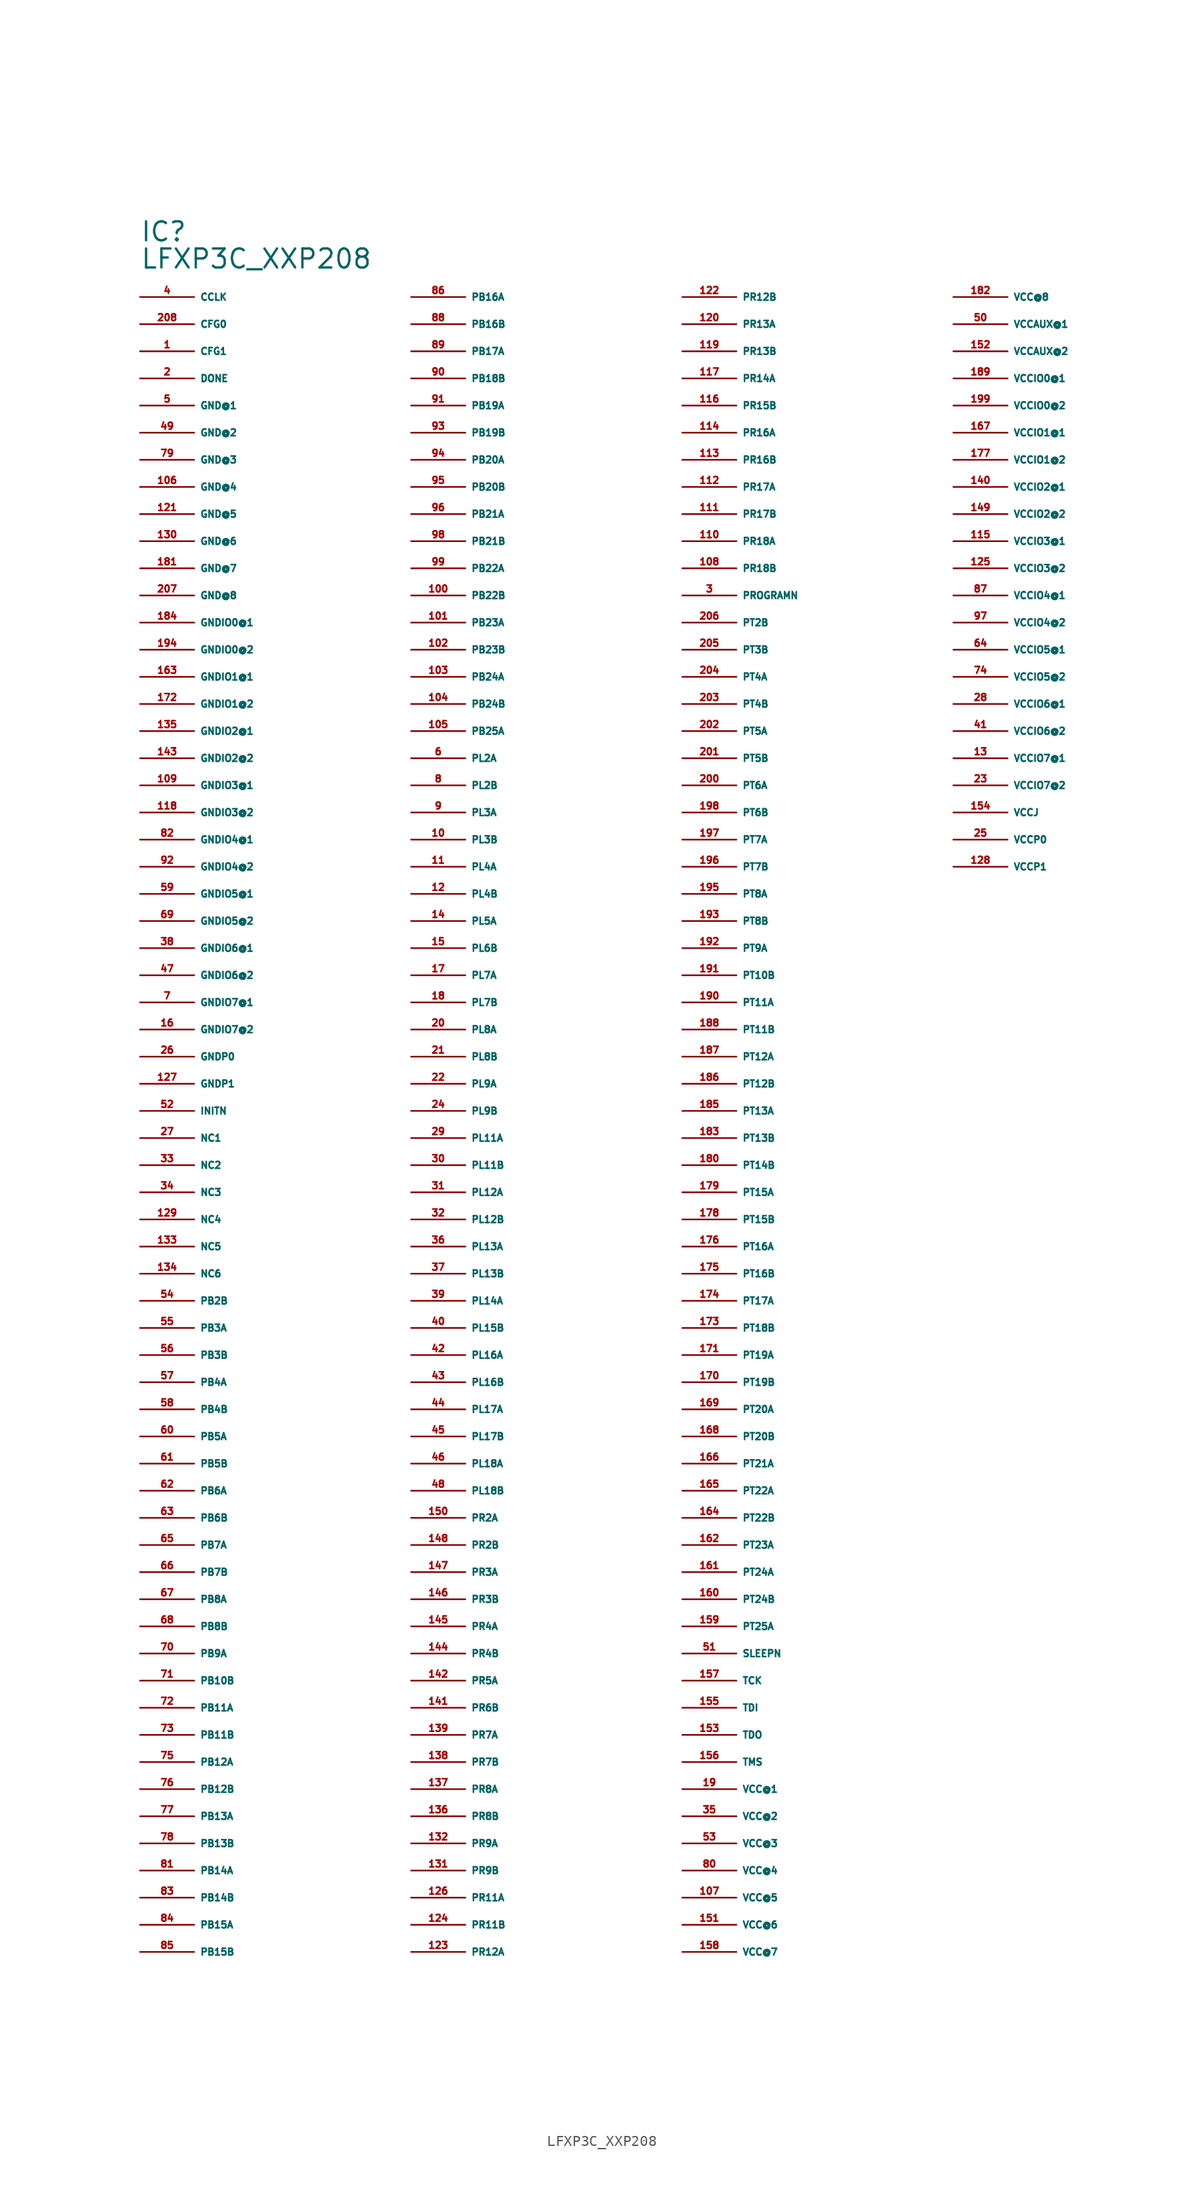
<source format=kicad_sym>
(kicad_symbol_lib
  (version 20220914)
  (generator Eagle2Kicad)
  (symbol "LFXP3C_XXP208"
    (property "Reference" "IC"
      (at -30.48 86.36 0)
      (effects (font (size 1.778 1.778) (thickness 0.22)) (justify left bottom)))
    (property "Value" "LFXP3C_XXP208"
      (at -30.48 83.82 0)
      (effects (font (size 1.778 1.778) (thickness 0.22)) (justify left bottom)))
    (pin bidirectional line
      (at -30.48 81.28 0)
      (length 5.08)
      (name "CCLK" (effects (font (size 0.635 0.635) (thickness 0.08)) (justify left bottom)))
      (number "4" (effects (font (size 0.635 0.635) (thickness 0.08)) (justify left bottom))))
    (pin input line
      (at -30.48 78.74 0)
      (length 5.08)
      (name "CFG0" (effects (font (size 0.635 0.635) (thickness 0.08)) (justify left bottom)))
      (number "208" (effects (font (size 0.635 0.635) (thickness 0.08)) (justify left bottom))))
    (pin input line
      (at -30.48 76.2 0)
      (length 5.08)
      (name "CFG1" (effects (font (size 0.635 0.635) (thickness 0.08)) (justify left bottom)))
      (number "1" (effects (font (size 0.635 0.635) (thickness 0.08)) (justify left bottom))))
    (pin bidirectional line
      (at -30.48 73.66 0)
      (length 5.08)
      (name "DONE" (effects (font (size 0.635 0.635) (thickness 0.08)) (justify left bottom)))
      (number "2" (effects (font (size 0.635 0.635) (thickness 0.08)) (justify left bottom))))
    (pin unspecified line
      (at -30.48 71.12 0)
      (length 5.08)
      (name "GND@1" (effects (font (size 0.635 0.635) (thickness 0.08)) (justify left bottom)))
      (number "5" (effects (font (size 0.635 0.635) (thickness 0.08)) (justify left bottom))))
    (pin unspecified line
      (at -30.48 68.58 0)
      (length 5.08)
      (name "GND@2" (effects (font (size 0.635 0.635) (thickness 0.08)) (justify left bottom)))
      (number "49" (effects (font (size 0.635 0.635) (thickness 0.08)) (justify left bottom))))
    (pin unspecified line
      (at -30.48 66.04 0)
      (length 5.08)
      (name "GND@3" (effects (font (size 0.635 0.635) (thickness 0.08)) (justify left bottom)))
      (number "79" (effects (font (size 0.635 0.635) (thickness 0.08)) (justify left bottom))))
    (pin unspecified line
      (at -30.48 63.5 0)
      (length 5.08)
      (name "GND@4" (effects (font (size 0.635 0.635) (thickness 0.08)) (justify left bottom)))
      (number "106" (effects (font (size 0.635 0.635) (thickness 0.08)) (justify left bottom))))
    (pin unspecified line
      (at -30.48 60.96 0)
      (length 5.08)
      (name "GND@5" (effects (font (size 0.635 0.635) (thickness 0.08)) (justify left bottom)))
      (number "121" (effects (font (size 0.635 0.635) (thickness 0.08)) (justify left bottom))))
    (pin unspecified line
      (at -30.48 58.42 0)
      (length 5.08)
      (name "GND@6" (effects (font (size 0.635 0.635) (thickness 0.08)) (justify left bottom)))
      (number "130" (effects (font (size 0.635 0.635) (thickness 0.08)) (justify left bottom))))
    (pin unspecified line
      (at -30.48 55.88 0)
      (length 5.08)
      (name "GND@7" (effects (font (size 0.635 0.635) (thickness 0.08)) (justify left bottom)))
      (number "181" (effects (font (size 0.635 0.635) (thickness 0.08)) (justify left bottom))))
    (pin unspecified line
      (at -30.48 53.34 0)
      (length 5.08)
      (name "GND@8" (effects (font (size 0.635 0.635) (thickness 0.08)) (justify left bottom)))
      (number "207" (effects (font (size 0.635 0.635) (thickness 0.08)) (justify left bottom))))
    (pin unspecified line
      (at -30.48 50.8 0)
      (length 5.08)
      (name "GNDIO0@1" (effects (font (size 0.635 0.635) (thickness 0.08)) (justify left bottom)))
      (number "184" (effects (font (size 0.635 0.635) (thickness 0.08)) (justify left bottom))))
    (pin unspecified line
      (at -30.48 48.26 0)
      (length 5.08)
      (name "GNDIO0@2" (effects (font (size 0.635 0.635) (thickness 0.08)) (justify left bottom)))
      (number "194" (effects (font (size 0.635 0.635) (thickness 0.08)) (justify left bottom))))
    (pin unspecified line
      (at -30.48 45.72 0)
      (length 5.08)
      (name "GNDIO1@1" (effects (font (size 0.635 0.635) (thickness 0.08)) (justify left bottom)))
      (number "163" (effects (font (size 0.635 0.635) (thickness 0.08)) (justify left bottom))))
    (pin unspecified line
      (at -30.48 43.18 0)
      (length 5.08)
      (name "GNDIO1@2" (effects (font (size 0.635 0.635) (thickness 0.08)) (justify left bottom)))
      (number "172" (effects (font (size 0.635 0.635) (thickness 0.08)) (justify left bottom))))
    (pin unspecified line
      (at -30.48 40.64 0)
      (length 5.08)
      (name "GNDIO2@1" (effects (font (size 0.635 0.635) (thickness 0.08)) (justify left bottom)))
      (number "135" (effects (font (size 0.635 0.635) (thickness 0.08)) (justify left bottom))))
    (pin unspecified line
      (at -30.48 38.1 0)
      (length 5.08)
      (name "GNDIO2@2" (effects (font (size 0.635 0.635) (thickness 0.08)) (justify left bottom)))
      (number "143" (effects (font (size 0.635 0.635) (thickness 0.08)) (justify left bottom))))
    (pin unspecified line
      (at -30.48 35.56 0)
      (length 5.08)
      (name "GNDIO3@1" (effects (font (size 0.635 0.635) (thickness 0.08)) (justify left bottom)))
      (number "109" (effects (font (size 0.635 0.635) (thickness 0.08)) (justify left bottom))))
    (pin unspecified line
      (at -30.48 33.02 0)
      (length 5.08)
      (name "GNDIO3@2" (effects (font (size 0.635 0.635) (thickness 0.08)) (justify left bottom)))
      (number "118" (effects (font (size 0.635 0.635) (thickness 0.08)) (justify left bottom))))
    (pin unspecified line
      (at -30.48 30.48 0)
      (length 5.08)
      (name "GNDIO4@1" (effects (font (size 0.635 0.635) (thickness 0.08)) (justify left bottom)))
      (number "82" (effects (font (size 0.635 0.635) (thickness 0.08)) (justify left bottom))))
    (pin unspecified line
      (at -30.48 27.94 0)
      (length 5.08)
      (name "GNDIO4@2" (effects (font (size 0.635 0.635) (thickness 0.08)) (justify left bottom)))
      (number "92" (effects (font (size 0.635 0.635) (thickness 0.08)) (justify left bottom))))
    (pin unspecified line
      (at -30.48 25.4 0)
      (length 5.08)
      (name "GNDIO5@1" (effects (font (size 0.635 0.635) (thickness 0.08)) (justify left bottom)))
      (number "59" (effects (font (size 0.635 0.635) (thickness 0.08)) (justify left bottom))))
    (pin unspecified line
      (at -30.48 22.86 0)
      (length 5.08)
      (name "GNDIO5@2" (effects (font (size 0.635 0.635) (thickness 0.08)) (justify left bottom)))
      (number "69" (effects (font (size 0.635 0.635) (thickness 0.08)) (justify left bottom))))
    (pin unspecified line
      (at -30.48 20.32 0)
      (length 5.08)
      (name "GNDIO6@1" (effects (font (size 0.635 0.635) (thickness 0.08)) (justify left bottom)))
      (number "38" (effects (font (size 0.635 0.635) (thickness 0.08)) (justify left bottom))))
    (pin unspecified line
      (at -30.48 17.78 0)
      (length 5.08)
      (name "GNDIO6@2" (effects (font (size 0.635 0.635) (thickness 0.08)) (justify left bottom)))
      (number "47" (effects (font (size 0.635 0.635) (thickness 0.08)) (justify left bottom))))
    (pin unspecified line
      (at -30.48 15.24 0)
      (length 5.08)
      (name "GNDIO7@1" (effects (font (size 0.635 0.635) (thickness 0.08)) (justify left bottom)))
      (number "7" (effects (font (size 0.635 0.635) (thickness 0.08)) (justify left bottom))))
    (pin unspecified line
      (at -30.48 12.7 0)
      (length 5.08)
      (name "GNDIO7@2" (effects (font (size 0.635 0.635) (thickness 0.08)) (justify left bottom)))
      (number "16" (effects (font (size 0.635 0.635) (thickness 0.08)) (justify left bottom))))
    (pin unspecified line
      (at -30.48 10.16 0)
      (length 5.08)
      (name "GNDP0" (effects (font (size 0.635 0.635) (thickness 0.08)) (justify left bottom)))
      (number "26" (effects (font (size 0.635 0.635) (thickness 0.08)) (justify left bottom))))
    (pin unspecified line
      (at -30.48 7.62 0)
      (length 5.08)
      (name "GNDP1" (effects (font (size 0.635 0.635) (thickness 0.08)) (justify left bottom)))
      (number "127" (effects (font (size 0.635 0.635) (thickness 0.08)) (justify left bottom))))
    (pin bidirectional line
      (at -30.48 5.08 0)
      (length 5.08)
      (name "INITN" (effects (font (size 0.635 0.635) (thickness 0.08)) (justify left bottom)))
      (number "52" (effects (font (size 0.635 0.635) (thickness 0.08)) (justify left bottom))))
    (pin passive line
      (at -30.48 2.54 0)
      (length 5.08)
      (name "NC1" (effects (font (size 0.635 0.635) (thickness 0.08)) (justify left bottom)))
      (number "27" (effects (font (size 0.635 0.635) (thickness 0.08)) (justify left bottom))))
    (pin passive line
      (at -30.48 0 0)
      (length 5.08)
      (name "NC2" (effects (font (size 0.635 0.635) (thickness 0.08)) (justify left bottom)))
      (number "33" (effects (font (size 0.635 0.635) (thickness 0.08)) (justify left bottom))))
    (pin passive line
      (at -30.48 -2.54 0)
      (length 5.08)
      (name "NC3" (effects (font (size 0.635 0.635) (thickness 0.08)) (justify left bottom)))
      (number "34" (effects (font (size 0.635 0.635) (thickness 0.08)) (justify left bottom))))
    (pin passive line
      (at -30.48 -5.08 0)
      (length 5.08)
      (name "NC4" (effects (font (size 0.635 0.635) (thickness 0.08)) (justify left bottom)))
      (number "129" (effects (font (size 0.635 0.635) (thickness 0.08)) (justify left bottom))))
    (pin passive line
      (at -30.48 -7.62 0)
      (length 5.08)
      (name "NC5" (effects (font (size 0.635 0.635) (thickness 0.08)) (justify left bottom)))
      (number "133" (effects (font (size 0.635 0.635) (thickness 0.08)) (justify left bottom))))
    (pin passive line
      (at -30.48 -10.16 0)
      (length 5.08)
      (name "NC6" (effects (font (size 0.635 0.635) (thickness 0.08)) (justify left bottom)))
      (number "134" (effects (font (size 0.635 0.635) (thickness 0.08)) (justify left bottom))))
    (pin bidirectional line
      (at -30.48 -12.7 0)
      (length 5.08)
      (name "PB2B" (effects (font (size 0.635 0.635) (thickness 0.08)) (justify left bottom)))
      (number "54" (effects (font (size 0.635 0.635) (thickness 0.08)) (justify left bottom))))
    (pin bidirectional line
      (at -30.48 -15.24 0)
      (length 5.08)
      (name "PB3A" (effects (font (size 0.635 0.635) (thickness 0.08)) (justify left bottom)))
      (number "55" (effects (font (size 0.635 0.635) (thickness 0.08)) (justify left bottom))))
    (pin bidirectional line
      (at -30.48 -17.78 0)
      (length 5.08)
      (name "PB3B" (effects (font (size 0.635 0.635) (thickness 0.08)) (justify left bottom)))
      (number "56" (effects (font (size 0.635 0.635) (thickness 0.08)) (justify left bottom))))
    (pin bidirectional line
      (at -30.48 -20.32 0)
      (length 5.08)
      (name "PB4A" (effects (font (size 0.635 0.635) (thickness 0.08)) (justify left bottom)))
      (number "57" (effects (font (size 0.635 0.635) (thickness 0.08)) (justify left bottom))))
    (pin bidirectional line
      (at -30.48 -22.86 0)
      (length 5.08)
      (name "PB4B" (effects (font (size 0.635 0.635) (thickness 0.08)) (justify left bottom)))
      (number "58" (effects (font (size 0.635 0.635) (thickness 0.08)) (justify left bottom))))
    (pin bidirectional line
      (at -30.48 -25.4 0)
      (length 5.08)
      (name "PB5A" (effects (font (size 0.635 0.635) (thickness 0.08)) (justify left bottom)))
      (number "60" (effects (font (size 0.635 0.635) (thickness 0.08)) (justify left bottom))))
    (pin bidirectional line
      (at -30.48 -27.94 0)
      (length 5.08)
      (name "PB5B" (effects (font (size 0.635 0.635) (thickness 0.08)) (justify left bottom)))
      (number "61" (effects (font (size 0.635 0.635) (thickness 0.08)) (justify left bottom))))
    (pin bidirectional line
      (at -30.48 -30.48 0)
      (length 5.08)
      (name "PB6A" (effects (font (size 0.635 0.635) (thickness 0.08)) (justify left bottom)))
      (number "62" (effects (font (size 0.635 0.635) (thickness 0.08)) (justify left bottom))))
    (pin bidirectional line
      (at -30.48 -33.02 0)
      (length 5.08)
      (name "PB6B" (effects (font (size 0.635 0.635) (thickness 0.08)) (justify left bottom)))
      (number "63" (effects (font (size 0.635 0.635) (thickness 0.08)) (justify left bottom))))
    (pin bidirectional line
      (at -30.48 -35.56 0)
      (length 5.08)
      (name "PB7A" (effects (font (size 0.635 0.635) (thickness 0.08)) (justify left bottom)))
      (number "65" (effects (font (size 0.635 0.635) (thickness 0.08)) (justify left bottom))))
    (pin bidirectional line
      (at -30.48 -38.1 0)
      (length 5.08)
      (name "PB7B" (effects (font (size 0.635 0.635) (thickness 0.08)) (justify left bottom)))
      (number "66" (effects (font (size 0.635 0.635) (thickness 0.08)) (justify left bottom))))
    (pin bidirectional line
      (at -30.48 -40.64 0)
      (length 5.08)
      (name "PB8A" (effects (font (size 0.635 0.635) (thickness 0.08)) (justify left bottom)))
      (number "67" (effects (font (size 0.635 0.635) (thickness 0.08)) (justify left bottom))))
    (pin bidirectional line
      (at -30.48 -43.18 0)
      (length 5.08)
      (name "PB8B" (effects (font (size 0.635 0.635) (thickness 0.08)) (justify left bottom)))
      (number "68" (effects (font (size 0.635 0.635) (thickness 0.08)) (justify left bottom))))
    (pin bidirectional line
      (at -30.48 -45.72 0)
      (length 5.08)
      (name "PB9A" (effects (font (size 0.635 0.635) (thickness 0.08)) (justify left bottom)))
      (number "70" (effects (font (size 0.635 0.635) (thickness 0.08)) (justify left bottom))))
    (pin bidirectional line
      (at -30.48 -48.26 0)
      (length 5.08)
      (name "PB10B" (effects (font (size 0.635 0.635) (thickness 0.08)) (justify left bottom)))
      (number "71" (effects (font (size 0.635 0.635) (thickness 0.08)) (justify left bottom))))
    (pin bidirectional line
      (at -30.48 -50.8 0)
      (length 5.08)
      (name "PB11A" (effects (font (size 0.635 0.635) (thickness 0.08)) (justify left bottom)))
      (number "72" (effects (font (size 0.635 0.635) (thickness 0.08)) (justify left bottom))))
    (pin bidirectional line
      (at -30.48 -53.34 0)
      (length 5.08)
      (name "PB11B" (effects (font (size 0.635 0.635) (thickness 0.08)) (justify left bottom)))
      (number "73" (effects (font (size 0.635 0.635) (thickness 0.08)) (justify left bottom))))
    (pin bidirectional line
      (at -30.48 -55.88 0)
      (length 5.08)
      (name "PB12A" (effects (font (size 0.635 0.635) (thickness 0.08)) (justify left bottom)))
      (number "75" (effects (font (size 0.635 0.635) (thickness 0.08)) (justify left bottom))))
    (pin bidirectional line
      (at -30.48 -58.42 0)
      (length 5.08)
      (name "PB12B" (effects (font (size 0.635 0.635) (thickness 0.08)) (justify left bottom)))
      (number "76" (effects (font (size 0.635 0.635) (thickness 0.08)) (justify left bottom))))
    (pin bidirectional line
      (at -30.48 -60.96 0)
      (length 5.08)
      (name "PB13A" (effects (font (size 0.635 0.635) (thickness 0.08)) (justify left bottom)))
      (number "77" (effects (font (size 0.635 0.635) (thickness 0.08)) (justify left bottom))))
    (pin bidirectional line
      (at -30.48 -63.5 0)
      (length 5.08)
      (name "PB13B" (effects (font (size 0.635 0.635) (thickness 0.08)) (justify left bottom)))
      (number "78" (effects (font (size 0.635 0.635) (thickness 0.08)) (justify left bottom))))
    (pin bidirectional line
      (at -30.48 -66.04 0)
      (length 5.08)
      (name "PB14A" (effects (font (size 0.635 0.635) (thickness 0.08)) (justify left bottom)))
      (number "81" (effects (font (size 0.635 0.635) (thickness 0.08)) (justify left bottom))))
    (pin bidirectional line
      (at -30.48 -68.58 0)
      (length 5.08)
      (name "PB14B" (effects (font (size 0.635 0.635) (thickness 0.08)) (justify left bottom)))
      (number "83" (effects (font (size 0.635 0.635) (thickness 0.08)) (justify left bottom))))
    (pin bidirectional line
      (at -30.48 -71.12 0)
      (length 5.08)
      (name "PB15A" (effects (font (size 0.635 0.635) (thickness 0.08)) (justify left bottom)))
      (number "84" (effects (font (size 0.635 0.635) (thickness 0.08)) (justify left bottom))))
    (pin bidirectional line
      (at -30.48 -73.66 0)
      (length 5.08)
      (name "PB15B" (effects (font (size 0.635 0.635) (thickness 0.08)) (justify left bottom)))
      (number "85" (effects (font (size 0.635 0.635) (thickness 0.08)) (justify left bottom))))
    (pin bidirectional line
      (at -5.08 81.28 0)
      (length 5.08)
      (name "PB16A" (effects (font (size 0.635 0.635) (thickness 0.08)) (justify left bottom)))
      (number "86" (effects (font (size 0.635 0.635) (thickness 0.08)) (justify left bottom))))
    (pin bidirectional line
      (at -5.08 78.74 0)
      (length 5.08)
      (name "PB16B" (effects (font (size 0.635 0.635) (thickness 0.08)) (justify left bottom)))
      (number "88" (effects (font (size 0.635 0.635) (thickness 0.08)) (justify left bottom))))
    (pin bidirectional line
      (at -5.08 76.2 0)
      (length 5.08)
      (name "PB17A" (effects (font (size 0.635 0.635) (thickness 0.08)) (justify left bottom)))
      (number "89" (effects (font (size 0.635 0.635) (thickness 0.08)) (justify left bottom))))
    (pin bidirectional line
      (at -5.08 73.66 0)
      (length 5.08)
      (name "PB18B" (effects (font (size 0.635 0.635) (thickness 0.08)) (justify left bottom)))
      (number "90" (effects (font (size 0.635 0.635) (thickness 0.08)) (justify left bottom))))
    (pin bidirectional line
      (at -5.08 71.12 0)
      (length 5.08)
      (name "PB19A" (effects (font (size 0.635 0.635) (thickness 0.08)) (justify left bottom)))
      (number "91" (effects (font (size 0.635 0.635) (thickness 0.08)) (justify left bottom))))
    (pin bidirectional line
      (at -5.08 68.58 0)
      (length 5.08)
      (name "PB19B" (effects (font (size 0.635 0.635) (thickness 0.08)) (justify left bottom)))
      (number "93" (effects (font (size 0.635 0.635) (thickness 0.08)) (justify left bottom))))
    (pin bidirectional line
      (at -5.08 66.04 0)
      (length 5.08)
      (name "PB20A" (effects (font (size 0.635 0.635) (thickness 0.08)) (justify left bottom)))
      (number "94" (effects (font (size 0.635 0.635) (thickness 0.08)) (justify left bottom))))
    (pin bidirectional line
      (at -5.08 63.5 0)
      (length 5.08)
      (name "PB20B" (effects (font (size 0.635 0.635) (thickness 0.08)) (justify left bottom)))
      (number "95" (effects (font (size 0.635 0.635) (thickness 0.08)) (justify left bottom))))
    (pin bidirectional line
      (at -5.08 60.96 0)
      (length 5.08)
      (name "PB21A" (effects (font (size 0.635 0.635) (thickness 0.08)) (justify left bottom)))
      (number "96" (effects (font (size 0.635 0.635) (thickness 0.08)) (justify left bottom))))
    (pin bidirectional line
      (at -5.08 58.42 0)
      (length 5.08)
      (name "PB21B" (effects (font (size 0.635 0.635) (thickness 0.08)) (justify left bottom)))
      (number "98" (effects (font (size 0.635 0.635) (thickness 0.08)) (justify left bottom))))
    (pin bidirectional line
      (at -5.08 55.88 0)
      (length 5.08)
      (name "PB22A" (effects (font (size 0.635 0.635) (thickness 0.08)) (justify left bottom)))
      (number "99" (effects (font (size 0.635 0.635) (thickness 0.08)) (justify left bottom))))
    (pin bidirectional line
      (at -5.08 53.34 0)
      (length 5.08)
      (name "PB22B" (effects (font (size 0.635 0.635) (thickness 0.08)) (justify left bottom)))
      (number "100" (effects (font (size 0.635 0.635) (thickness 0.08)) (justify left bottom))))
    (pin bidirectional line
      (at -5.08 50.8 0)
      (length 5.08)
      (name "PB23A" (effects (font (size 0.635 0.635) (thickness 0.08)) (justify left bottom)))
      (number "101" (effects (font (size 0.635 0.635) (thickness 0.08)) (justify left bottom))))
    (pin bidirectional line
      (at -5.08 48.26 0)
      (length 5.08)
      (name "PB23B" (effects (font (size 0.635 0.635) (thickness 0.08)) (justify left bottom)))
      (number "102" (effects (font (size 0.635 0.635) (thickness 0.08)) (justify left bottom))))
    (pin bidirectional line
      (at -5.08 45.72 0)
      (length 5.08)
      (name "PB24A" (effects (font (size 0.635 0.635) (thickness 0.08)) (justify left bottom)))
      (number "103" (effects (font (size 0.635 0.635) (thickness 0.08)) (justify left bottom))))
    (pin bidirectional line
      (at -5.08 43.18 0)
      (length 5.08)
      (name "PB24B" (effects (font (size 0.635 0.635) (thickness 0.08)) (justify left bottom)))
      (number "104" (effects (font (size 0.635 0.635) (thickness 0.08)) (justify left bottom))))
    (pin bidirectional line
      (at -5.08 40.64 0)
      (length 5.08)
      (name "PB25A" (effects (font (size 0.635 0.635) (thickness 0.08)) (justify left bottom)))
      (number "105" (effects (font (size 0.635 0.635) (thickness 0.08)) (justify left bottom))))
    (pin bidirectional line
      (at -5.08 38.1 0)
      (length 5.08)
      (name "PL2A" (effects (font (size 0.635 0.635) (thickness 0.08)) (justify left bottom)))
      (number "6" (effects (font (size 0.635 0.635) (thickness 0.08)) (justify left bottom))))
    (pin bidirectional line
      (at -5.08 35.56 0)
      (length 5.08)
      (name "PL2B" (effects (font (size 0.635 0.635) (thickness 0.08)) (justify left bottom)))
      (number "8" (effects (font (size 0.635 0.635) (thickness 0.08)) (justify left bottom))))
    (pin bidirectional line
      (at -5.08 33.02 0)
      (length 5.08)
      (name "PL3A" (effects (font (size 0.635 0.635) (thickness 0.08)) (justify left bottom)))
      (number "9" (effects (font (size 0.635 0.635) (thickness 0.08)) (justify left bottom))))
    (pin bidirectional line
      (at -5.08 30.48 0)
      (length 5.08)
      (name "PL3B" (effects (font (size 0.635 0.635) (thickness 0.08)) (justify left bottom)))
      (number "10" (effects (font (size 0.635 0.635) (thickness 0.08)) (justify left bottom))))
    (pin bidirectional line
      (at -5.08 27.94 0)
      (length 5.08)
      (name "PL4A" (effects (font (size 0.635 0.635) (thickness 0.08)) (justify left bottom)))
      (number "11" (effects (font (size 0.635 0.635) (thickness 0.08)) (justify left bottom))))
    (pin bidirectional line
      (at -5.08 25.4 0)
      (length 5.08)
      (name "PL4B" (effects (font (size 0.635 0.635) (thickness 0.08)) (justify left bottom)))
      (number "12" (effects (font (size 0.635 0.635) (thickness 0.08)) (justify left bottom))))
    (pin bidirectional line
      (at -5.08 22.86 0)
      (length 5.08)
      (name "PL5A" (effects (font (size 0.635 0.635) (thickness 0.08)) (justify left bottom)))
      (number "14" (effects (font (size 0.635 0.635) (thickness 0.08)) (justify left bottom))))
    (pin bidirectional line
      (at -5.08 20.32 0)
      (length 5.08)
      (name "PL6B" (effects (font (size 0.635 0.635) (thickness 0.08)) (justify left bottom)))
      (number "15" (effects (font (size 0.635 0.635) (thickness 0.08)) (justify left bottom))))
    (pin bidirectional line
      (at -5.08 17.78 0)
      (length 5.08)
      (name "PL7A" (effects (font (size 0.635 0.635) (thickness 0.08)) (justify left bottom)))
      (number "17" (effects (font (size 0.635 0.635) (thickness 0.08)) (justify left bottom))))
    (pin bidirectional line
      (at -5.08 15.24 0)
      (length 5.08)
      (name "PL7B" (effects (font (size 0.635 0.635) (thickness 0.08)) (justify left bottom)))
      (number "18" (effects (font (size 0.635 0.635) (thickness 0.08)) (justify left bottom))))
    (pin bidirectional line
      (at -5.08 12.7 0)
      (length 5.08)
      (name "PL8A" (effects (font (size 0.635 0.635) (thickness 0.08)) (justify left bottom)))
      (number "20" (effects (font (size 0.635 0.635) (thickness 0.08)) (justify left bottom))))
    (pin bidirectional line
      (at -5.08 10.16 0)
      (length 5.08)
      (name "PL8B" (effects (font (size 0.635 0.635) (thickness 0.08)) (justify left bottom)))
      (number "21" (effects (font (size 0.635 0.635) (thickness 0.08)) (justify left bottom))))
    (pin bidirectional line
      (at -5.08 7.62 0)
      (length 5.08)
      (name "PL9A" (effects (font (size 0.635 0.635) (thickness 0.08)) (justify left bottom)))
      (number "22" (effects (font (size 0.635 0.635) (thickness 0.08)) (justify left bottom))))
    (pin bidirectional line
      (at -5.08 5.08 0)
      (length 5.08)
      (name "PL9B" (effects (font (size 0.635 0.635) (thickness 0.08)) (justify left bottom)))
      (number "24" (effects (font (size 0.635 0.635) (thickness 0.08)) (justify left bottom))))
    (pin bidirectional line
      (at -5.08 2.54 0)
      (length 5.08)
      (name "PL11A" (effects (font (size 0.635 0.635) (thickness 0.08)) (justify left bottom)))
      (number "29" (effects (font (size 0.635 0.635) (thickness 0.08)) (justify left bottom))))
    (pin bidirectional line
      (at -5.08 0 0)
      (length 5.08)
      (name "PL11B" (effects (font (size 0.635 0.635) (thickness 0.08)) (justify left bottom)))
      (number "30" (effects (font (size 0.635 0.635) (thickness 0.08)) (justify left bottom))))
    (pin bidirectional line
      (at -5.08 -2.54 0)
      (length 5.08)
      (name "PL12A" (effects (font (size 0.635 0.635) (thickness 0.08)) (justify left bottom)))
      (number "31" (effects (font (size 0.635 0.635) (thickness 0.08)) (justify left bottom))))
    (pin bidirectional line
      (at -5.08 -5.08 0)
      (length 5.08)
      (name "PL12B" (effects (font (size 0.635 0.635) (thickness 0.08)) (justify left bottom)))
      (number "32" (effects (font (size 0.635 0.635) (thickness 0.08)) (justify left bottom))))
    (pin bidirectional line
      (at -5.08 -7.62 0)
      (length 5.08)
      (name "PL13A" (effects (font (size 0.635 0.635) (thickness 0.08)) (justify left bottom)))
      (number "36" (effects (font (size 0.635 0.635) (thickness 0.08)) (justify left bottom))))
    (pin bidirectional line
      (at -5.08 -10.16 0)
      (length 5.08)
      (name "PL13B" (effects (font (size 0.635 0.635) (thickness 0.08)) (justify left bottom)))
      (number "37" (effects (font (size 0.635 0.635) (thickness 0.08)) (justify left bottom))))
    (pin bidirectional line
      (at -5.08 -12.7 0)
      (length 5.08)
      (name "PL14A" (effects (font (size 0.635 0.635) (thickness 0.08)) (justify left bottom)))
      (number "39" (effects (font (size 0.635 0.635) (thickness 0.08)) (justify left bottom))))
    (pin bidirectional line
      (at -5.08 -15.24 0)
      (length 5.08)
      (name "PL15B" (effects (font (size 0.635 0.635) (thickness 0.08)) (justify left bottom)))
      (number "40" (effects (font (size 0.635 0.635) (thickness 0.08)) (justify left bottom))))
    (pin bidirectional line
      (at -5.08 -17.78 0)
      (length 5.08)
      (name "PL16A" (effects (font (size 0.635 0.635) (thickness 0.08)) (justify left bottom)))
      (number "42" (effects (font (size 0.635 0.635) (thickness 0.08)) (justify left bottom))))
    (pin bidirectional line
      (at -5.08 -20.32 0)
      (length 5.08)
      (name "PL16B" (effects (font (size 0.635 0.635) (thickness 0.08)) (justify left bottom)))
      (number "43" (effects (font (size 0.635 0.635) (thickness 0.08)) (justify left bottom))))
    (pin bidirectional line
      (at -5.08 -22.86 0)
      (length 5.08)
      (name "PL17A" (effects (font (size 0.635 0.635) (thickness 0.08)) (justify left bottom)))
      (number "44" (effects (font (size 0.635 0.635) (thickness 0.08)) (justify left bottom))))
    (pin bidirectional line
      (at -5.08 -25.4 0)
      (length 5.08)
      (name "PL17B" (effects (font (size 0.635 0.635) (thickness 0.08)) (justify left bottom)))
      (number "45" (effects (font (size 0.635 0.635) (thickness 0.08)) (justify left bottom))))
    (pin bidirectional line
      (at -5.08 -27.94 0)
      (length 5.08)
      (name "PL18A" (effects (font (size 0.635 0.635) (thickness 0.08)) (justify left bottom)))
      (number "46" (effects (font (size 0.635 0.635) (thickness 0.08)) (justify left bottom))))
    (pin bidirectional line
      (at -5.08 -30.48 0)
      (length 5.08)
      (name "PL18B" (effects (font (size 0.635 0.635) (thickness 0.08)) (justify left bottom)))
      (number "48" (effects (font (size 0.635 0.635) (thickness 0.08)) (justify left bottom))))
    (pin bidirectional line
      (at -5.08 -33.02 0)
      (length 5.08)
      (name "PR2A" (effects (font (size 0.635 0.635) (thickness 0.08)) (justify left bottom)))
      (number "150" (effects (font (size 0.635 0.635) (thickness 0.08)) (justify left bottom))))
    (pin bidirectional line
      (at -5.08 -35.56 0)
      (length 5.08)
      (name "PR2B" (effects (font (size 0.635 0.635) (thickness 0.08)) (justify left bottom)))
      (number "148" (effects (font (size 0.635 0.635) (thickness 0.08)) (justify left bottom))))
    (pin bidirectional line
      (at -5.08 -38.1 0)
      (length 5.08)
      (name "PR3A" (effects (font (size 0.635 0.635) (thickness 0.08)) (justify left bottom)))
      (number "147" (effects (font (size 0.635 0.635) (thickness 0.08)) (justify left bottom))))
    (pin bidirectional line
      (at -5.08 -40.64 0)
      (length 5.08)
      (name "PR3B" (effects (font (size 0.635 0.635) (thickness 0.08)) (justify left bottom)))
      (number "146" (effects (font (size 0.635 0.635) (thickness 0.08)) (justify left bottom))))
    (pin bidirectional line
      (at -5.08 -43.18 0)
      (length 5.08)
      (name "PR4A" (effects (font (size 0.635 0.635) (thickness 0.08)) (justify left bottom)))
      (number "145" (effects (font (size 0.635 0.635) (thickness 0.08)) (justify left bottom))))
    (pin bidirectional line
      (at -5.08 -45.72 0)
      (length 5.08)
      (name "PR4B" (effects (font (size 0.635 0.635) (thickness 0.08)) (justify left bottom)))
      (number "144" (effects (font (size 0.635 0.635) (thickness 0.08)) (justify left bottom))))
    (pin bidirectional line
      (at -5.08 -48.26 0)
      (length 5.08)
      (name "PR5A" (effects (font (size 0.635 0.635) (thickness 0.08)) (justify left bottom)))
      (number "142" (effects (font (size 0.635 0.635) (thickness 0.08)) (justify left bottom))))
    (pin bidirectional line
      (at -5.08 -50.8 0)
      (length 5.08)
      (name "PR6B" (effects (font (size 0.635 0.635) (thickness 0.08)) (justify left bottom)))
      (number "141" (effects (font (size 0.635 0.635) (thickness 0.08)) (justify left bottom))))
    (pin bidirectional line
      (at -5.08 -53.34 0)
      (length 5.08)
      (name "PR7A" (effects (font (size 0.635 0.635) (thickness 0.08)) (justify left bottom)))
      (number "139" (effects (font (size 0.635 0.635) (thickness 0.08)) (justify left bottom))))
    (pin bidirectional line
      (at -5.08 -55.88 0)
      (length 5.08)
      (name "PR7B" (effects (font (size 0.635 0.635) (thickness 0.08)) (justify left bottom)))
      (number "138" (effects (font (size 0.635 0.635) (thickness 0.08)) (justify left bottom))))
    (pin bidirectional line
      (at -5.08 -58.42 0)
      (length 5.08)
      (name "PR8A" (effects (font (size 0.635 0.635) (thickness 0.08)) (justify left bottom)))
      (number "137" (effects (font (size 0.635 0.635) (thickness 0.08)) (justify left bottom))))
    (pin bidirectional line
      (at -5.08 -60.96 0)
      (length 5.08)
      (name "PR8B" (effects (font (size 0.635 0.635) (thickness 0.08)) (justify left bottom)))
      (number "136" (effects (font (size 0.635 0.635) (thickness 0.08)) (justify left bottom))))
    (pin bidirectional line
      (at -5.08 -63.5 0)
      (length 5.08)
      (name "PR9A" (effects (font (size 0.635 0.635) (thickness 0.08)) (justify left bottom)))
      (number "132" (effects (font (size 0.635 0.635) (thickness 0.08)) (justify left bottom))))
    (pin bidirectional line
      (at -5.08 -66.04 0)
      (length 5.08)
      (name "PR9B" (effects (font (size 0.635 0.635) (thickness 0.08)) (justify left bottom)))
      (number "131" (effects (font (size 0.635 0.635) (thickness 0.08)) (justify left bottom))))
    (pin bidirectional line
      (at -5.08 -68.58 0)
      (length 5.08)
      (name "PR11A" (effects (font (size 0.635 0.635) (thickness 0.08)) (justify left bottom)))
      (number "126" (effects (font (size 0.635 0.635) (thickness 0.08)) (justify left bottom))))
    (pin bidirectional line
      (at -5.08 -71.12 0)
      (length 5.08)
      (name "PR11B" (effects (font (size 0.635 0.635) (thickness 0.08)) (justify left bottom)))
      (number "124" (effects (font (size 0.635 0.635) (thickness 0.08)) (justify left bottom))))
    (pin bidirectional line
      (at -5.08 -73.66 0)
      (length 5.08)
      (name "PR12A" (effects (font (size 0.635 0.635) (thickness 0.08)) (justify left bottom)))
      (number "123" (effects (font (size 0.635 0.635) (thickness 0.08)) (justify left bottom))))
    (pin bidirectional line
      (at 20.32 81.28 0)
      (length 5.08)
      (name "PR12B" (effects (font (size 0.635 0.635) (thickness 0.08)) (justify left bottom)))
      (number "122" (effects (font (size 0.635 0.635) (thickness 0.08)) (justify left bottom))))
    (pin bidirectional line
      (at 20.32 78.74 0)
      (length 5.08)
      (name "PR13A" (effects (font (size 0.635 0.635) (thickness 0.08)) (justify left bottom)))
      (number "120" (effects (font (size 0.635 0.635) (thickness 0.08)) (justify left bottom))))
    (pin bidirectional line
      (at 20.32 76.2 0)
      (length 5.08)
      (name "PR13B" (effects (font (size 0.635 0.635) (thickness 0.08)) (justify left bottom)))
      (number "119" (effects (font (size 0.635 0.635) (thickness 0.08)) (justify left bottom))))
    (pin bidirectional line
      (at 20.32 73.66 0)
      (length 5.08)
      (name "PR14A" (effects (font (size 0.635 0.635) (thickness 0.08)) (justify left bottom)))
      (number "117" (effects (font (size 0.635 0.635) (thickness 0.08)) (justify left bottom))))
    (pin bidirectional line
      (at 20.32 71.12 0)
      (length 5.08)
      (name "PR15B" (effects (font (size 0.635 0.635) (thickness 0.08)) (justify left bottom)))
      (number "116" (effects (font (size 0.635 0.635) (thickness 0.08)) (justify left bottom))))
    (pin bidirectional line
      (at 20.32 68.58 0)
      (length 5.08)
      (name "PR16A" (effects (font (size 0.635 0.635) (thickness 0.08)) (justify left bottom)))
      (number "114" (effects (font (size 0.635 0.635) (thickness 0.08)) (justify left bottom))))
    (pin bidirectional line
      (at 20.32 66.04 0)
      (length 5.08)
      (name "PR16B" (effects (font (size 0.635 0.635) (thickness 0.08)) (justify left bottom)))
      (number "113" (effects (font (size 0.635 0.635) (thickness 0.08)) (justify left bottom))))
    (pin bidirectional line
      (at 20.32 63.5 0)
      (length 5.08)
      (name "PR17A" (effects (font (size 0.635 0.635) (thickness 0.08)) (justify left bottom)))
      (number "112" (effects (font (size 0.635 0.635) (thickness 0.08)) (justify left bottom))))
    (pin bidirectional line
      (at 20.32 60.96 0)
      (length 5.08)
      (name "PR17B" (effects (font (size 0.635 0.635) (thickness 0.08)) (justify left bottom)))
      (number "111" (effects (font (size 0.635 0.635) (thickness 0.08)) (justify left bottom))))
    (pin bidirectional line
      (at 20.32 58.42 0)
      (length 5.08)
      (name "PR18A" (effects (font (size 0.635 0.635) (thickness 0.08)) (justify left bottom)))
      (number "110" (effects (font (size 0.635 0.635) (thickness 0.08)) (justify left bottom))))
    (pin bidirectional line
      (at 20.32 55.88 0)
      (length 5.08)
      (name "PR18B" (effects (font (size 0.635 0.635) (thickness 0.08)) (justify left bottom)))
      (number "108" (effects (font (size 0.635 0.635) (thickness 0.08)) (justify left bottom))))
    (pin input line
      (at 20.32 53.34 0)
      (length 5.08)
      (name "PROGRAMN" (effects (font (size 0.635 0.635) (thickness 0.08)) (justify left bottom)))
      (number "3" (effects (font (size 0.635 0.635) (thickness 0.08)) (justify left bottom))))
    (pin bidirectional line
      (at 20.32 50.8 0)
      (length 5.08)
      (name "PT2B" (effects (font (size 0.635 0.635) (thickness 0.08)) (justify left bottom)))
      (number "206" (effects (font (size 0.635 0.635) (thickness 0.08)) (justify left bottom))))
    (pin bidirectional line
      (at 20.32 48.26 0)
      (length 5.08)
      (name "PT3B" (effects (font (size 0.635 0.635) (thickness 0.08)) (justify left bottom)))
      (number "205" (effects (font (size 0.635 0.635) (thickness 0.08)) (justify left bottom))))
    (pin bidirectional line
      (at 20.32 45.72 0)
      (length 5.08)
      (name "PT4A" (effects (font (size 0.635 0.635) (thickness 0.08)) (justify left bottom)))
      (number "204" (effects (font (size 0.635 0.635) (thickness 0.08)) (justify left bottom))))
    (pin bidirectional line
      (at 20.32 43.18 0)
      (length 5.08)
      (name "PT4B" (effects (font (size 0.635 0.635) (thickness 0.08)) (justify left bottom)))
      (number "203" (effects (font (size 0.635 0.635) (thickness 0.08)) (justify left bottom))))
    (pin bidirectional line
      (at 20.32 40.64 0)
      (length 5.08)
      (name "PT5A" (effects (font (size 0.635 0.635) (thickness 0.08)) (justify left bottom)))
      (number "202" (effects (font (size 0.635 0.635) (thickness 0.08)) (justify left bottom))))
    (pin bidirectional line
      (at 20.32 38.1 0)
      (length 5.08)
      (name "PT5B" (effects (font (size 0.635 0.635) (thickness 0.08)) (justify left bottom)))
      (number "201" (effects (font (size 0.635 0.635) (thickness 0.08)) (justify left bottom))))
    (pin bidirectional line
      (at 20.32 35.56 0)
      (length 5.08)
      (name "PT6A" (effects (font (size 0.635 0.635) (thickness 0.08)) (justify left bottom)))
      (number "200" (effects (font (size 0.635 0.635) (thickness 0.08)) (justify left bottom))))
    (pin bidirectional line
      (at 20.32 33.02 0)
      (length 5.08)
      (name "PT6B" (effects (font (size 0.635 0.635) (thickness 0.08)) (justify left bottom)))
      (number "198" (effects (font (size 0.635 0.635) (thickness 0.08)) (justify left bottom))))
    (pin bidirectional line
      (at 20.32 30.48 0)
      (length 5.08)
      (name "PT7A" (effects (font (size 0.635 0.635) (thickness 0.08)) (justify left bottom)))
      (number "197" (effects (font (size 0.635 0.635) (thickness 0.08)) (justify left bottom))))
    (pin bidirectional line
      (at 20.32 27.94 0)
      (length 5.08)
      (name "PT7B" (effects (font (size 0.635 0.635) (thickness 0.08)) (justify left bottom)))
      (number "196" (effects (font (size 0.635 0.635) (thickness 0.08)) (justify left bottom))))
    (pin bidirectional line
      (at 20.32 25.4 0)
      (length 5.08)
      (name "PT8A" (effects (font (size 0.635 0.635) (thickness 0.08)) (justify left bottom)))
      (number "195" (effects (font (size 0.635 0.635) (thickness 0.08)) (justify left bottom))))
    (pin bidirectional line
      (at 20.32 22.86 0)
      (length 5.08)
      (name "PT8B" (effects (font (size 0.635 0.635) (thickness 0.08)) (justify left bottom)))
      (number "193" (effects (font (size 0.635 0.635) (thickness 0.08)) (justify left bottom))))
    (pin bidirectional line
      (at 20.32 20.32 0)
      (length 5.08)
      (name "PT9A" (effects (font (size 0.635 0.635) (thickness 0.08)) (justify left bottom)))
      (number "192" (effects (font (size 0.635 0.635) (thickness 0.08)) (justify left bottom))))
    (pin bidirectional line
      (at 20.32 17.78 0)
      (length 5.08)
      (name "PT10B" (effects (font (size 0.635 0.635) (thickness 0.08)) (justify left bottom)))
      (number "191" (effects (font (size 0.635 0.635) (thickness 0.08)) (justify left bottom))))
    (pin bidirectional line
      (at 20.32 15.24 0)
      (length 5.08)
      (name "PT11A" (effects (font (size 0.635 0.635) (thickness 0.08)) (justify left bottom)))
      (number "190" (effects (font (size 0.635 0.635) (thickness 0.08)) (justify left bottom))))
    (pin bidirectional line
      (at 20.32 12.7 0)
      (length 5.08)
      (name "PT11B" (effects (font (size 0.635 0.635) (thickness 0.08)) (justify left bottom)))
      (number "188" (effects (font (size 0.635 0.635) (thickness 0.08)) (justify left bottom))))
    (pin bidirectional line
      (at 20.32 10.16 0)
      (length 5.08)
      (name "PT12A" (effects (font (size 0.635 0.635) (thickness 0.08)) (justify left bottom)))
      (number "187" (effects (font (size 0.635 0.635) (thickness 0.08)) (justify left bottom))))
    (pin bidirectional line
      (at 20.32 7.62 0)
      (length 5.08)
      (name "PT12B" (effects (font (size 0.635 0.635) (thickness 0.08)) (justify left bottom)))
      (number "186" (effects (font (size 0.635 0.635) (thickness 0.08)) (justify left bottom))))
    (pin bidirectional line
      (at 20.32 5.08 0)
      (length 5.08)
      (name "PT13A" (effects (font (size 0.635 0.635) (thickness 0.08)) (justify left bottom)))
      (number "185" (effects (font (size 0.635 0.635) (thickness 0.08)) (justify left bottom))))
    (pin bidirectional line
      (at 20.32 2.54 0)
      (length 5.08)
      (name "PT13B" (effects (font (size 0.635 0.635) (thickness 0.08)) (justify left bottom)))
      (number "183" (effects (font (size 0.635 0.635) (thickness 0.08)) (justify left bottom))))
    (pin bidirectional line
      (at 20.32 0 0)
      (length 5.08)
      (name "PT14B" (effects (font (size 0.635 0.635) (thickness 0.08)) (justify left bottom)))
      (number "180" (effects (font (size 0.635 0.635) (thickness 0.08)) (justify left bottom))))
    (pin bidirectional line
      (at 20.32 -2.54 0)
      (length 5.08)
      (name "PT15A" (effects (font (size 0.635 0.635) (thickness 0.08)) (justify left bottom)))
      (number "179" (effects (font (size 0.635 0.635) (thickness 0.08)) (justify left bottom))))
    (pin bidirectional line
      (at 20.32 -5.08 0)
      (length 5.08)
      (name "PT15B" (effects (font (size 0.635 0.635) (thickness 0.08)) (justify left bottom)))
      (number "178" (effects (font (size 0.635 0.635) (thickness 0.08)) (justify left bottom))))
    (pin bidirectional line
      (at 20.32 -7.62 0)
      (length 5.08)
      (name "PT16A" (effects (font (size 0.635 0.635) (thickness 0.08)) (justify left bottom)))
      (number "176" (effects (font (size 0.635 0.635) (thickness 0.08)) (justify left bottom))))
    (pin bidirectional line
      (at 20.32 -10.16 0)
      (length 5.08)
      (name "PT16B" (effects (font (size 0.635 0.635) (thickness 0.08)) (justify left bottom)))
      (number "175" (effects (font (size 0.635 0.635) (thickness 0.08)) (justify left bottom))))
    (pin bidirectional line
      (at 20.32 -12.7 0)
      (length 5.08)
      (name "PT17A" (effects (font (size 0.635 0.635) (thickness 0.08)) (justify left bottom)))
      (number "174" (effects (font (size 0.635 0.635) (thickness 0.08)) (justify left bottom))))
    (pin bidirectional line
      (at 20.32 -15.24 0)
      (length 5.08)
      (name "PT18B" (effects (font (size 0.635 0.635) (thickness 0.08)) (justify left bottom)))
      (number "173" (effects (font (size 0.635 0.635) (thickness 0.08)) (justify left bottom))))
    (pin bidirectional line
      (at 20.32 -17.78 0)
      (length 5.08)
      (name "PT19A" (effects (font (size 0.635 0.635) (thickness 0.08)) (justify left bottom)))
      (number "171" (effects (font (size 0.635 0.635) (thickness 0.08)) (justify left bottom))))
    (pin bidirectional line
      (at 20.32 -20.32 0)
      (length 5.08)
      (name "PT19B" (effects (font (size 0.635 0.635) (thickness 0.08)) (justify left bottom)))
      (number "170" (effects (font (size 0.635 0.635) (thickness 0.08)) (justify left bottom))))
    (pin bidirectional line
      (at 20.32 -22.86 0)
      (length 5.08)
      (name "PT20A" (effects (font (size 0.635 0.635) (thickness 0.08)) (justify left bottom)))
      (number "169" (effects (font (size 0.635 0.635) (thickness 0.08)) (justify left bottom))))
    (pin bidirectional line
      (at 20.32 -25.4 0)
      (length 5.08)
      (name "PT20B" (effects (font (size 0.635 0.635) (thickness 0.08)) (justify left bottom)))
      (number "168" (effects (font (size 0.635 0.635) (thickness 0.08)) (justify left bottom))))
    (pin bidirectional line
      (at 20.32 -27.94 0)
      (length 5.08)
      (name "PT21A" (effects (font (size 0.635 0.635) (thickness 0.08)) (justify left bottom)))
      (number "166" (effects (font (size 0.635 0.635) (thickness 0.08)) (justify left bottom))))
    (pin bidirectional line
      (at 20.32 -30.48 0)
      (length 5.08)
      (name "PT22A" (effects (font (size 0.635 0.635) (thickness 0.08)) (justify left bottom)))
      (number "165" (effects (font (size 0.635 0.635) (thickness 0.08)) (justify left bottom))))
    (pin bidirectional line
      (at 20.32 -33.02 0)
      (length 5.08)
      (name "PT22B" (effects (font (size 0.635 0.635) (thickness 0.08)) (justify left bottom)))
      (number "164" (effects (font (size 0.635 0.635) (thickness 0.08)) (justify left bottom))))
    (pin bidirectional line
      (at 20.32 -35.56 0)
      (length 5.08)
      (name "PT23A" (effects (font (size 0.635 0.635) (thickness 0.08)) (justify left bottom)))
      (number "162" (effects (font (size 0.635 0.635) (thickness 0.08)) (justify left bottom))))
    (pin bidirectional line
      (at 20.32 -38.1 0)
      (length 5.08)
      (name "PT24A" (effects (font (size 0.635 0.635) (thickness 0.08)) (justify left bottom)))
      (number "161" (effects (font (size 0.635 0.635) (thickness 0.08)) (justify left bottom))))
    (pin bidirectional line
      (at 20.32 -40.64 0)
      (length 5.08)
      (name "PT24B" (effects (font (size 0.635 0.635) (thickness 0.08)) (justify left bottom)))
      (number "160" (effects (font (size 0.635 0.635) (thickness 0.08)) (justify left bottom))))
    (pin bidirectional line
      (at 20.32 -43.18 0)
      (length 5.08)
      (name "PT25A" (effects (font (size 0.635 0.635) (thickness 0.08)) (justify left bottom)))
      (number "159" (effects (font (size 0.635 0.635) (thickness 0.08)) (justify left bottom))))
    (pin input line
      (at 20.32 -45.72 0)
      (length 5.08)
      (name "SLEEPN" (effects (font (size 0.635 0.635) (thickness 0.08)) (justify left bottom)))
      (number "51" (effects (font (size 0.635 0.635) (thickness 0.08)) (justify left bottom))))
    (pin input line
      (at 20.32 -48.26 0)
      (length 5.08)
      (name "TCK" (effects (font (size 0.635 0.635) (thickness 0.08)) (justify left bottom)))
      (number "157" (effects (font (size 0.635 0.635) (thickness 0.08)) (justify left bottom))))
    (pin input line
      (at 20.32 -50.8 0)
      (length 5.08)
      (name "TDI" (effects (font (size 0.635 0.635) (thickness 0.08)) (justify left bottom)))
      (number "155" (effects (font (size 0.635 0.635) (thickness 0.08)) (justify left bottom))))
    (pin output line
      (at 20.32 -53.34 0)
      (length 5.08)
      (name "TDO" (effects (font (size 0.635 0.635) (thickness 0.08)) (justify left bottom)))
      (number "153" (effects (font (size 0.635 0.635) (thickness 0.08)) (justify left bottom))))
    (pin input line
      (at 20.32 -55.88 0)
      (length 5.08)
      (name "TMS" (effects (font (size 0.635 0.635) (thickness 0.08)) (justify left bottom)))
      (number "156" (effects (font (size 0.635 0.635) (thickness 0.08)) (justify left bottom))))
    (pin unspecified line
      (at 20.32 -58.42 0)
      (length 5.08)
      (name "VCC@1" (effects (font (size 0.635 0.635) (thickness 0.08)) (justify left bottom)))
      (number "19" (effects (font (size 0.635 0.635) (thickness 0.08)) (justify left bottom))))
    (pin unspecified line
      (at 20.32 -60.96 0)
      (length 5.08)
      (name "VCC@2" (effects (font (size 0.635 0.635) (thickness 0.08)) (justify left bottom)))
      (number "35" (effects (font (size 0.635 0.635) (thickness 0.08)) (justify left bottom))))
    (pin unspecified line
      (at 20.32 -63.5 0)
      (length 5.08)
      (name "VCC@3" (effects (font (size 0.635 0.635) (thickness 0.08)) (justify left bottom)))
      (number "53" (effects (font (size 0.635 0.635) (thickness 0.08)) (justify left bottom))))
    (pin unspecified line
      (at 20.32 -66.04 0)
      (length 5.08)
      (name "VCC@4" (effects (font (size 0.635 0.635) (thickness 0.08)) (justify left bottom)))
      (number "80" (effects (font (size 0.635 0.635) (thickness 0.08)) (justify left bottom))))
    (pin unspecified line
      (at 20.32 -68.58 0)
      (length 5.08)
      (name "VCC@5" (effects (font (size 0.635 0.635) (thickness 0.08)) (justify left bottom)))
      (number "107" (effects (font (size 0.635 0.635) (thickness 0.08)) (justify left bottom))))
    (pin unspecified line
      (at 20.32 -71.12 0)
      (length 5.08)
      (name "VCC@6" (effects (font (size 0.635 0.635) (thickness 0.08)) (justify left bottom)))
      (number "151" (effects (font (size 0.635 0.635) (thickness 0.08)) (justify left bottom))))
    (pin unspecified line
      (at 20.32 -73.66 0)
      (length 5.08)
      (name "VCC@7" (effects (font (size 0.635 0.635) (thickness 0.08)) (justify left bottom)))
      (number "158" (effects (font (size 0.635 0.635) (thickness 0.08)) (justify left bottom))))
    (pin unspecified line
      (at 45.72 81.28 0)
      (length 5.08)
      (name "VCC@8" (effects (font (size 0.635 0.635) (thickness 0.08)) (justify left bottom)))
      (number "182" (effects (font (size 0.635 0.635) (thickness 0.08)) (justify left bottom))))
    (pin unspecified line
      (at 45.72 78.74 0)
      (length 5.08)
      (name "VCCAUX@1" (effects (font (size 0.635 0.635) (thickness 0.08)) (justify left bottom)))
      (number "50" (effects (font (size 0.635 0.635) (thickness 0.08)) (justify left bottom))))
    (pin unspecified line
      (at 45.72 76.2 0)
      (length 5.08)
      (name "VCCAUX@2" (effects (font (size 0.635 0.635) (thickness 0.08)) (justify left bottom)))
      (number "152" (effects (font (size 0.635 0.635) (thickness 0.08)) (justify left bottom))))
    (pin unspecified line
      (at 45.72 73.66 0)
      (length 5.08)
      (name "VCCIO0@1" (effects (font (size 0.635 0.635) (thickness 0.08)) (justify left bottom)))
      (number "189" (effects (font (size 0.635 0.635) (thickness 0.08)) (justify left bottom))))
    (pin unspecified line
      (at 45.72 71.12 0)
      (length 5.08)
      (name "VCCIO0@2" (effects (font (size 0.635 0.635) (thickness 0.08)) (justify left bottom)))
      (number "199" (effects (font (size 0.635 0.635) (thickness 0.08)) (justify left bottom))))
    (pin unspecified line
      (at 45.72 68.58 0)
      (length 5.08)
      (name "VCCIO1@1" (effects (font (size 0.635 0.635) (thickness 0.08)) (justify left bottom)))
      (number "167" (effects (font (size 0.635 0.635) (thickness 0.08)) (justify left bottom))))
    (pin unspecified line
      (at 45.72 66.04 0)
      (length 5.08)
      (name "VCCIO1@2" (effects (font (size 0.635 0.635) (thickness 0.08)) (justify left bottom)))
      (number "177" (effects (font (size 0.635 0.635) (thickness 0.08)) (justify left bottom))))
    (pin unspecified line
      (at 45.72 63.5 0)
      (length 5.08)
      (name "VCCIO2@1" (effects (font (size 0.635 0.635) (thickness 0.08)) (justify left bottom)))
      (number "140" (effects (font (size 0.635 0.635) (thickness 0.08)) (justify left bottom))))
    (pin unspecified line
      (at 45.72 60.96 0)
      (length 5.08)
      (name "VCCIO2@2" (effects (font (size 0.635 0.635) (thickness 0.08)) (justify left bottom)))
      (number "149" (effects (font (size 0.635 0.635) (thickness 0.08)) (justify left bottom))))
    (pin unspecified line
      (at 45.72 58.42 0)
      (length 5.08)
      (name "VCCIO3@1" (effects (font (size 0.635 0.635) (thickness 0.08)) (justify left bottom)))
      (number "115" (effects (font (size 0.635 0.635) (thickness 0.08)) (justify left bottom))))
    (pin unspecified line
      (at 45.72 55.88 0)
      (length 5.08)
      (name "VCCIO3@2" (effects (font (size 0.635 0.635) (thickness 0.08)) (justify left bottom)))
      (number "125" (effects (font (size 0.635 0.635) (thickness 0.08)) (justify left bottom))))
    (pin unspecified line
      (at 45.72 53.34 0)
      (length 5.08)
      (name "VCCIO4@1" (effects (font (size 0.635 0.635) (thickness 0.08)) (justify left bottom)))
      (number "87" (effects (font (size 0.635 0.635) (thickness 0.08)) (justify left bottom))))
    (pin unspecified line
      (at 45.72 50.8 0)
      (length 5.08)
      (name "VCCIO4@2" (effects (font (size 0.635 0.635) (thickness 0.08)) (justify left bottom)))
      (number "97" (effects (font (size 0.635 0.635) (thickness 0.08)) (justify left bottom))))
    (pin unspecified line
      (at 45.72 48.26 0)
      (length 5.08)
      (name "VCCIO5@1" (effects (font (size 0.635 0.635) (thickness 0.08)) (justify left bottom)))
      (number "64" (effects (font (size 0.635 0.635) (thickness 0.08)) (justify left bottom))))
    (pin unspecified line
      (at 45.72 45.72 0)
      (length 5.08)
      (name "VCCIO5@2" (effects (font (size 0.635 0.635) (thickness 0.08)) (justify left bottom)))
      (number "74" (effects (font (size 0.635 0.635) (thickness 0.08)) (justify left bottom))))
    (pin unspecified line
      (at 45.72 43.18 0)
      (length 5.08)
      (name "VCCIO6@1" (effects (font (size 0.635 0.635) (thickness 0.08)) (justify left bottom)))
      (number "28" (effects (font (size 0.635 0.635) (thickness 0.08)) (justify left bottom))))
    (pin unspecified line
      (at 45.72 40.64 0)
      (length 5.08)
      (name "VCCIO6@2" (effects (font (size 0.635 0.635) (thickness 0.08)) (justify left bottom)))
      (number "41" (effects (font (size 0.635 0.635) (thickness 0.08)) (justify left bottom))))
    (pin unspecified line
      (at 45.72 38.1 0)
      (length 5.08)
      (name "VCCIO7@1" (effects (font (size 0.635 0.635) (thickness 0.08)) (justify left bottom)))
      (number "13" (effects (font (size 0.635 0.635) (thickness 0.08)) (justify left bottom))))
    (pin unspecified line
      (at 45.72 35.56 0)
      (length 5.08)
      (name "VCCIO7@2" (effects (font (size 0.635 0.635) (thickness 0.08)) (justify left bottom)))
      (number "23" (effects (font (size 0.635 0.635) (thickness 0.08)) (justify left bottom))))
    (pin unspecified line
      (at 45.72 33.02 0)
      (length 5.08)
      (name "VCCJ" (effects (font (size 0.635 0.635) (thickness 0.08)) (justify left bottom)))
      (number "154" (effects (font (size 0.635 0.635) (thickness 0.08)) (justify left bottom))))
    (pin unspecified line
      (at 45.72 30.48 0)
      (length 5.08)
      (name "VCCP0" (effects (font (size 0.635 0.635) (thickness 0.08)) (justify left bottom)))
      (number "25" (effects (font (size 0.635 0.635) (thickness 0.08)) (justify left bottom))))
    (pin unspecified line
      (at 45.72 27.94 0)
      (length 5.08)
      (name "VCCP1" (effects (font (size 0.635 0.635) (thickness 0.08)) (justify left bottom)))
      (number "128" (effects (font (size 0.635 0.635) (thickness 0.08)) (justify left bottom))))))
</source>
